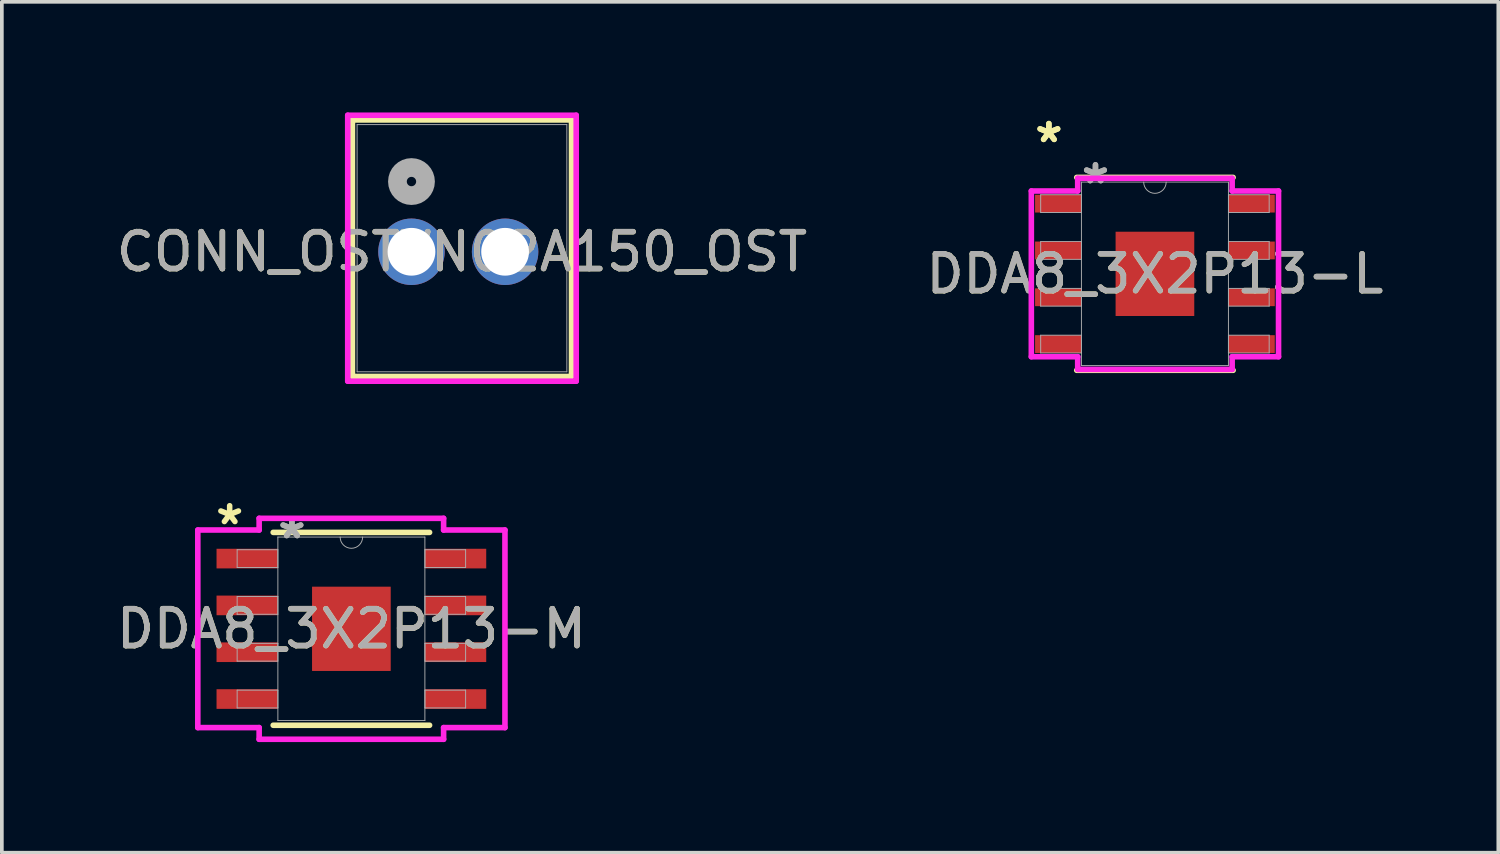
<source format=kicad_pcb>
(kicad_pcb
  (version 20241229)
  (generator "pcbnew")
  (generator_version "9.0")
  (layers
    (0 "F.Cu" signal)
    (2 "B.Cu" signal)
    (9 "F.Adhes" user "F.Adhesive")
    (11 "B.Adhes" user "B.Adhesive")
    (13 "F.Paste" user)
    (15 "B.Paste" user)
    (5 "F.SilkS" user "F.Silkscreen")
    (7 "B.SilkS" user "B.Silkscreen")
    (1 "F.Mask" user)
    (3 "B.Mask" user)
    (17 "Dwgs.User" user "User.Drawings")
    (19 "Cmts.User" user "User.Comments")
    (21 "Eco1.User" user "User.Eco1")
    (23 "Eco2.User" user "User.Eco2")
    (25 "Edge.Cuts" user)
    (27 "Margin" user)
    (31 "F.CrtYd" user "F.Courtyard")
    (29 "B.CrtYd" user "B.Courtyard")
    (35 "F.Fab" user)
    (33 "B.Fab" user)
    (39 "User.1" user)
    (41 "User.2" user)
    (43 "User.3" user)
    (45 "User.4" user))
  (footprint "DDA8_3X2P13-M"
    (layer "F.Cu")
    (at 6.482 14.008)
    (property "Reference" "DDA8_3X2P13-M" (at 0 0 0) (unlocked yes) (layer "F.SilkS") (effects (font (size 1 1) (thickness 0.15))))
    (attr smd)
    (fp_line (start -2.121 2.616) (end 2.121 2.616) (stroke (width 0.152) (type solid)) (layer "F.SilkS"))
    (fp_line (start 2.121 -2.616) (end -2.121 -2.616) (stroke (width 0.152) (type solid)) (layer "F.SilkS"))
    (fp_line (start -4.166 -2.68) (end -2.502 -2.68) (stroke (width 0.152) (type solid)) (layer "F.CrtYd"))
    (fp_line (start -4.166 2.68) (end -4.166 -2.68) (stroke (width 0.152) (type solid)) (layer "F.CrtYd"))
    (fp_line (start -4.166 2.68) (end -2.502 2.68) (stroke (width 0.152) (type solid)) (layer "F.CrtYd"))
    (fp_line (start -2.502 -2.997) (end 2.502 -2.997) (stroke (width 0.152) (type solid)) (layer "F.CrtYd"))
    (fp_line (start -2.502 -2.68) (end -2.502 -2.997) (stroke (width 0.152) (type solid)) (layer "F.CrtYd"))
    (fp_line (start -2.502 2.997) (end -2.502 2.68) (stroke (width 0.152) (type solid)) (layer "F.CrtYd"))
    (fp_line (start 2.502 -2.997) (end 2.502 -2.68) (stroke (width 0.152) (type solid)) (layer "F.CrtYd"))
    (fp_line (start 2.502 2.68) (end 2.502 2.997) (stroke (width 0.152) (type solid)) (layer "F.CrtYd"))
    (fp_line (start 2.502 2.997) (end -2.502 2.997) (stroke (width 0.152) (type solid)) (layer "F.CrtYd"))
    (fp_line (start 4.166 -2.68) (end 2.502 -2.68) (stroke (width 0.152) (type solid)) (layer "F.CrtYd"))
    (fp_line (start 4.166 -2.68) (end 4.166 2.68) (stroke (width 0.152) (type solid)) (layer "F.CrtYd"))
    (fp_line (start 4.166 2.68) (end 2.502 2.68) (stroke (width 0.152) (type solid)) (layer "F.CrtYd"))
    (fp_line (start -3.099 -2.146) (end -3.099 -1.664) (stroke (width 0.025) (type solid)) (layer "F.Fab"))
    (fp_line (start -3.099 -1.664) (end -1.994 -1.664) (stroke (width 0.025) (type solid)) (layer "F.Fab"))
    (fp_line (start -3.099 -0.876) (end -3.099 -0.394) (stroke (width 0.025) (type solid)) (layer "F.Fab"))
    (fp_line (start -3.099 -0.394) (end -1.994 -0.394) (stroke (width 0.025) (type solid)) (layer "F.Fab"))
    (fp_line (start -3.099 0.394) (end -3.099 0.876) (stroke (width 0.025) (type solid)) (layer "F.Fab"))
    (fp_line (start -3.099 0.876) (end -1.994 0.876) (stroke (width 0.025) (type solid)) (layer "F.Fab"))
    (fp_line (start -3.099 1.664) (end -3.099 2.146) (stroke (width 0.025) (type solid)) (layer "F.Fab"))
    (fp_line (start -3.099 2.146) (end -1.994 2.146) (stroke (width 0.025) (type solid)) (layer "F.Fab"))
    (fp_line (start -1.994 -2.489) (end -1.994 2.489) (stroke (width 0.025) (type solid)) (layer "F.Fab"))
    (fp_line (start -1.994 -2.146) (end -3.099 -2.146) (stroke (width 0.025) (type solid)) (layer "F.Fab"))
    (fp_line (start -1.994 -1.664) (end -1.994 -2.146) (stroke (width 0.025) (type solid)) (layer "F.Fab"))
    (fp_line (start -1.994 -0.876) (end -3.099 -0.876) (stroke (width 0.025) (type solid)) (layer "F.Fab"))
    (fp_line (start -1.994 -0.394) (end -1.994 -0.876) (stroke (width 0.025) (type solid)) (layer "F.Fab"))
    (fp_line (start -1.994 0.394) (end -3.099 0.394) (stroke (width 0.025) (type solid)) (layer "F.Fab"))
    (fp_line (start -1.994 0.876) (end -1.994 0.394) (stroke (width 0.025) (type solid)) (layer "F.Fab"))
    (fp_line (start -1.994 1.664) (end -3.099 1.664) (stroke (width 0.025) (type solid)) (layer "F.Fab"))
    (fp_line (start -1.994 2.146) (end -1.994 1.664) (stroke (width 0.025) (type solid)) (layer "F.Fab"))
    (fp_line (start -1.994 2.489) (end 1.994 2.489) (stroke (width 0.025) (type solid)) (layer "F.Fab"))
    (fp_line (start 1.994 -2.489) (end -1.994 -2.489) (stroke (width 0.025) (type solid)) (layer "F.Fab"))
    (fp_line (start 1.994 -2.146) (end 1.994 -1.664) (stroke (width 0.025) (type solid)) (layer "F.Fab"))
    (fp_line (start 1.994 -1.664) (end 3.099 -1.664) (stroke (width 0.025) (type solid)) (layer "F.Fab"))
    (fp_line (start 1.994 -0.876) (end 1.994 -0.394) (stroke (width 0.025) (type solid)) (layer "F.Fab"))
    (fp_line (start 1.994 -0.394) (end 3.099 -0.394) (stroke (width 0.025) (type solid)) (layer "F.Fab"))
    (fp_line (start 1.994 0.394) (end 1.994 0.876) (stroke (width 0.025) (type solid)) (layer "F.Fab"))
    (fp_line (start 1.994 0.876) (end 3.099 0.876) (stroke (width 0.025) (type solid)) (layer "F.Fab"))
    (fp_line (start 1.994 1.664) (end 1.994 2.146) (stroke (width 0.025) (type solid)) (layer "F.Fab"))
    (fp_line (start 1.994 2.146) (end 3.099 2.146) (stroke (width 0.025) (type solid)) (layer "F.Fab"))
    (fp_line (start 1.994 2.489) (end 1.994 -2.489) (stroke (width 0.025) (type solid)) (layer "F.Fab"))
    (fp_line (start 3.099 -2.146) (end 1.994 -2.146) (stroke (width 0.025) (type solid)) (layer "F.Fab"))
    (fp_line (start 3.099 -1.664) (end 3.099 -2.146) (stroke (width 0.025) (type solid)) (layer "F.Fab"))
    (fp_line (start 3.099 -0.876) (end 1.994 -0.876) (stroke (width 0.025) (type solid)) (layer "F.Fab"))
    (fp_line (start 3.099 -0.394) (end 3.099 -0.876) (stroke (width 0.025) (type solid)) (layer "F.Fab"))
    (fp_line (start 3.099 0.394) (end 1.994 0.394) (stroke (width 0.025) (type solid)) (layer "F.Fab"))
    (fp_line (start 3.099 0.876) (end 3.099 0.394) (stroke (width 0.025) (type solid)) (layer "F.Fab"))
    (fp_line (start 3.099 1.664) (end 1.994 1.664) (stroke (width 0.025) (type solid)) (layer "F.Fab"))
    (fp_line (start 3.099 2.146) (end 3.099 1.664) (stroke (width 0.025) (type solid)) (layer "F.Fab"))
    (fp_arc (start 0.3048 -2.4892) (mid 0 -2.1844) (end -0.3048 -2.4892) (stroke (width 0.0254) (type solid)) (layer "F.Fab"))
    (fp_text user "*" (at -3.302 -2.794 0) (layer "F.SilkS") (effects (font (size 1 1) (thickness 0.15))))
    (fp_text user "*" (at -1.613 -2.413 0) (layer "F.Fab") (effects (font (size 1 1) (thickness 0.15))))
    (fp_text user "*" (at -1.613 -2.413 0) (unlocked yes) (layer "F.Fab") (effects (font (size 1 1) (thickness 0.15))))
    (fp_text user "${REFERENCE}" (at 0 0 0) (unlocked yes) (layer "F.Fab") (effects (font (size 1 1) (thickness 0.15))))
    (pad "1" smd rect (at -2.826 -1.905) (size 1.664 0.533) (layers "F.Cu" "F.Mask" "F.Paste"))
    (pad "2" smd rect (at -2.826 -0.635) (size 1.664 0.533) (layers "F.Cu" "F.Mask" "F.Paste"))
    (pad "3" smd rect (at -2.826 0.635) (size 1.664 0.533) (layers "F.Cu" "F.Mask" "F.Paste"))
    (pad "4" smd rect (at -2.826 1.905) (size 1.664 0.533) (layers "F.Cu" "F.Mask" "F.Paste"))
    (pad "5" smd rect (at 2.826 1.905) (size 1.664 0.533) (layers "F.Cu" "F.Mask" "F.Paste"))
    (pad "6" smd rect (at 2.826 0.635) (size 1.664 0.533) (layers "F.Cu" "F.Mask" "F.Paste"))
    (pad "7" smd rect (at 2.826 -0.635) (size 1.664 0.533) (layers "F.Cu" "F.Mask" "F.Paste"))
    (pad "8" smd rect (at 2.826 -1.905) (size 1.664 0.533) (layers "F.Cu" "F.Mask" "F.Paste"))
    (pad "9" smd rect (at 0 0) (size 2.134 2.286) (layers "F.Cu" "F.Mask" "F.Paste")))
  (footprint "CONN_OSTVN02A150_OST"
    (layer "F.Cu")
    (at 8.112 3.78)
    (property "Reference" "CONN_OSTVN02A150_OST" (at 1.37 0 0) (unlocked yes) (layer "F.SilkS") (effects (font (size 1 1) (thickness 0.15))))
    (attr through_hole)
    (fp_line (start -1.602 -3.577) (end -1.602 3.383) (stroke (width 0.152) (type solid)) (layer "F.SilkS"))
    (fp_line (start -1.602 3.383) (end 4.342 3.383) (stroke (width 0.152) (type solid)) (layer "F.SilkS"))
    (fp_line (start 4.342 -3.577) (end -1.602 -3.577) (stroke (width 0.152) (type solid)) (layer "F.SilkS"))
    (fp_line (start 4.342 3.383) (end 4.342 -3.577) (stroke (width 0.152) (type solid)) (layer "F.SilkS"))
    (fp_line (start -1.729 -3.704) (end -1.729 3.51) (stroke (width 0.152) (type solid)) (layer "F.CrtYd"))
    (fp_line (start -1.729 3.51) (end 4.469 3.51) (stroke (width 0.152) (type solid)) (layer "F.CrtYd"))
    (fp_line (start 4.469 -3.704) (end -1.729 -3.704) (stroke (width 0.152) (type solid)) (layer "F.CrtYd"))
    (fp_line (start 4.469 3.51) (end 4.469 -3.704) (stroke (width 0.152) (type solid)) (layer "F.CrtYd"))
    (fp_line (start -1.475 -3.45) (end -1.475 3.256) (stroke (width 0.025) (type solid)) (layer "F.Fab"))
    (fp_line (start -1.475 3.256) (end 4.215 3.256) (stroke (width 0.025) (type solid)) (layer "F.Fab"))
    (fp_line (start 4.215 -3.45) (end -1.475 -3.45) (stroke (width 0.025) (type solid)) (layer "F.Fab"))
    (fp_line (start 4.215 3.256) (end 4.215 -3.45) (stroke (width 0.025) (type solid)) (layer "F.Fab"))
    (fp_circle (center 0 -1.905) (end 0.381 -1.905) (stroke (width 0.508) (type solid)) (fill no) (layer "F.Fab"))
    (fp_text user "${REFERENCE}" (at 1.37 0 0) (unlocked yes) (layer "F.Fab") (effects (font (size 1 1) (thickness 0.15))))
    (pad "1" thru_hole circle (at 0 0) (size 1.803 1.803) (drill 1.295) (layers "*.Cu" "*.Mask"))
    (pad "2" thru_hole circle (at 2.54 0) (size 1.803 1.803) (drill 1.295) (layers "*.Cu" "*.Mask")))
  (footprint "DDA8_3X2P13-L"
    (layer "F.Cu")
    (at 28.28 4.379)
    (property "Reference" "DDA8_3X2P13-L" (at 0 0 0) (unlocked yes) (layer "F.SilkS") (effects (font (size 1 1) (thickness 0.15))))
    (attr smd)
    (fp_line (start -2.121 2.616) (end 2.121 2.616) (stroke (width 0.152) (type solid)) (layer "F.SilkS"))
    (fp_line (start 2.121 -2.616) (end -2.121 -2.616) (stroke (width 0.152) (type solid)) (layer "F.SilkS"))
    (fp_line (start -3.353 -2.248) (end -2.095 -2.248) (stroke (width 0.152) (type solid)) (layer "F.CrtYd"))
    (fp_line (start -3.353 2.248) (end -3.353 -2.248) (stroke (width 0.152) (type solid)) (layer "F.CrtYd"))
    (fp_line (start -3.353 2.248) (end -2.095 2.248) (stroke (width 0.152) (type solid)) (layer "F.CrtYd"))
    (fp_line (start -2.095 -2.591) (end 2.095 -2.591) (stroke (width 0.152) (type solid)) (layer "F.CrtYd"))
    (fp_line (start -2.095 -2.248) (end -2.095 -2.591) (stroke (width 0.152) (type solid)) (layer "F.CrtYd"))
    (fp_line (start -2.095 2.591) (end -2.095 2.248) (stroke (width 0.152) (type solid)) (layer "F.CrtYd"))
    (fp_line (start 2.095 -2.591) (end 2.095 -2.248) (stroke (width 0.152) (type solid)) (layer "F.CrtYd"))
    (fp_line (start 2.095 2.248) (end 2.095 2.591) (stroke (width 0.152) (type solid)) (layer "F.CrtYd"))
    (fp_line (start 2.095 2.591) (end -2.095 2.591) (stroke (width 0.152) (type solid)) (layer "F.CrtYd"))
    (fp_line (start 3.353 -2.248) (end 2.095 -2.248) (stroke (width 0.152) (type solid)) (layer "F.CrtYd"))
    (fp_line (start 3.353 -2.248) (end 3.353 2.248) (stroke (width 0.152) (type solid)) (layer "F.CrtYd"))
    (fp_line (start 3.353 2.248) (end 2.095 2.248) (stroke (width 0.152) (type solid)) (layer "F.CrtYd"))
    (fp_line (start -3.099 -2.146) (end -3.099 -1.664) (stroke (width 0.025) (type solid)) (layer "F.Fab"))
    (fp_line (start -3.099 -1.664) (end -1.994 -1.664) (stroke (width 0.025) (type solid)) (layer "F.Fab"))
    (fp_line (start -3.099 -0.876) (end -3.099 -0.394) (stroke (width 0.025) (type solid)) (layer "F.Fab"))
    (fp_line (start -3.099 -0.394) (end -1.994 -0.394) (stroke (width 0.025) (type solid)) (layer "F.Fab"))
    (fp_line (start -3.099 0.394) (end -3.099 0.876) (stroke (width 0.025) (type solid)) (layer "F.Fab"))
    (fp_line (start -3.099 0.876) (end -1.994 0.876) (stroke (width 0.025) (type solid)) (layer "F.Fab"))
    (fp_line (start -3.099 1.664) (end -3.099 2.146) (stroke (width 0.025) (type solid)) (layer "F.Fab"))
    (fp_line (start -3.099 2.146) (end -1.994 2.146) (stroke (width 0.025) (type solid)) (layer "F.Fab"))
    (fp_line (start -1.994 -2.489) (end -1.994 2.489) (stroke (width 0.025) (type solid)) (layer "F.Fab"))
    (fp_line (start -1.994 -2.146) (end -3.099 -2.146) (stroke (width 0.025) (type solid)) (layer "F.Fab"))
    (fp_line (start -1.994 -1.664) (end -1.994 -2.146) (stroke (width 0.025) (type solid)) (layer "F.Fab"))
    (fp_line (start -1.994 -0.876) (end -3.099 -0.876) (stroke (width 0.025) (type solid)) (layer "F.Fab"))
    (fp_line (start -1.994 -0.394) (end -1.994 -0.876) (stroke (width 0.025) (type solid)) (layer "F.Fab"))
    (fp_line (start -1.994 0.394) (end -3.099 0.394) (stroke (width 0.025) (type solid)) (layer "F.Fab"))
    (fp_line (start -1.994 0.876) (end -1.994 0.394) (stroke (width 0.025) (type solid)) (layer "F.Fab"))
    (fp_line (start -1.994 1.664) (end -3.099 1.664) (stroke (width 0.025) (type solid)) (layer "F.Fab"))
    (fp_line (start -1.994 2.146) (end -1.994 1.664) (stroke (width 0.025) (type solid)) (layer "F.Fab"))
    (fp_line (start -1.994 2.489) (end 1.994 2.489) (stroke (width 0.025) (type solid)) (layer "F.Fab"))
    (fp_line (start 1.994 -2.489) (end -1.994 -2.489) (stroke (width 0.025) (type solid)) (layer "F.Fab"))
    (fp_line (start 1.994 -2.146) (end 1.994 -1.664) (stroke (width 0.025) (type solid)) (layer "F.Fab"))
    (fp_line (start 1.994 -1.664) (end 3.099 -1.664) (stroke (width 0.025) (type solid)) (layer "F.Fab"))
    (fp_line (start 1.994 -0.876) (end 1.994 -0.394) (stroke (width 0.025) (type solid)) (layer "F.Fab"))
    (fp_line (start 1.994 -0.394) (end 3.099 -0.394) (stroke (width 0.025) (type solid)) (layer "F.Fab"))
    (fp_line (start 1.994 0.394) (end 1.994 0.876) (stroke (width 0.025) (type solid)) (layer "F.Fab"))
    (fp_line (start 1.994 0.876) (end 3.099 0.876) (stroke (width 0.025) (type solid)) (layer "F.Fab"))
    (fp_line (start 1.994 1.664) (end 1.994 2.146) (stroke (width 0.025) (type solid)) (layer "F.Fab"))
    (fp_line (start 1.994 2.146) (end 3.099 2.146) (stroke (width 0.025) (type solid)) (layer "F.Fab"))
    (fp_line (start 1.994 2.489) (end 1.994 -2.489) (stroke (width 0.025) (type solid)) (layer "F.Fab"))
    (fp_line (start 3.099 -2.146) (end 1.994 -2.146) (stroke (width 0.025) (type solid)) (layer "F.Fab"))
    (fp_line (start 3.099 -1.664) (end 3.099 -2.146) (stroke (width 0.025) (type solid)) (layer "F.Fab"))
    (fp_line (start 3.099 -0.876) (end 1.994 -0.876) (stroke (width 0.025) (type solid)) (layer "F.Fab"))
    (fp_line (start 3.099 -0.394) (end 3.099 -0.876) (stroke (width 0.025) (type solid)) (layer "F.Fab"))
    (fp_line (start 3.099 0.394) (end 1.994 0.394) (stroke (width 0.025) (type solid)) (layer "F.Fab"))
    (fp_line (start 3.099 0.876) (end 3.099 0.394) (stroke (width 0.025) (type solid)) (layer "F.Fab"))
    (fp_line (start 3.099 1.664) (end 1.994 1.664) (stroke (width 0.025) (type solid)) (layer "F.Fab"))
    (fp_line (start 3.099 2.146) (end 3.099 1.664) (stroke (width 0.025) (type solid)) (layer "F.Fab"))
    (fp_arc (start 0.3048 -2.4892) (mid 0 -2.1844) (end -0.3048 -2.4892) (stroke (width 0.0254) (type solid)) (layer "F.Fab"))
    (fp_text user "*" (at -2.877 -3.531 0) (unlocked yes) (layer "F.SilkS") (effects (font (size 1 1) (thickness 0.15))))
    (fp_text user "*" (at -2.877 -3.531 0) (layer "F.SilkS") (effects (font (size 1 1) (thickness 0.15))))
    (fp_text user "*" (at -1.613 -2.413 0) (layer "F.Fab") (effects (font (size 1 1) (thickness 0.15))))
    (fp_text user "*" (at -1.613 -2.413 0) (unlocked yes) (layer "F.Fab") (effects (font (size 1 1) (thickness 0.15))))
    (fp_text user "${REFERENCE}" (at 0 0 0) (unlocked yes) (layer "F.Fab") (effects (font (size 1 1) (thickness 0.15))))
    (pad "1" smd rect (at -2.623 -1.905) (size 1.257 0.483) (layers "F.Cu" "F.Mask" "F.Paste"))
    (pad "2" smd rect (at -2.623 -0.635) (size 1.257 0.483) (layers "F.Cu" "F.Mask" "F.Paste"))
    (pad "3" smd rect (at -2.623 0.635) (size 1.257 0.483) (layers "F.Cu" "F.Mask" "F.Paste"))
    (pad "4" smd rect (at -2.623 1.905) (size 1.257 0.483) (layers "F.Cu" "F.Mask" "F.Paste"))
    (pad "5" smd rect (at 2.623 1.905) (size 1.257 0.483) (layers "F.Cu" "F.Mask" "F.Paste"))
    (pad "6" smd rect (at 2.623 0.635) (size 1.257 0.483) (layers "F.Cu" "F.Mask" "F.Paste"))
    (pad "7" smd rect (at 2.623 -0.635) (size 1.257 0.483) (layers "F.Cu" "F.Mask" "F.Paste"))
    (pad "8" smd rect (at 2.623 -1.905) (size 1.257 0.483) (layers "F.Cu" "F.Mask" "F.Paste"))
    (pad "EPAD" smd rect (at 0 0) (size 2.134 2.286) (layers "F.Cu" "F.Mask" "F.Paste")))
  (gr_rect
    (start -3 -3)
    (end 37.595 20.082)
    (stroke (width 0.1) (type default))
    (fill no)
    (layer "Edge.Cuts")))
</source>
